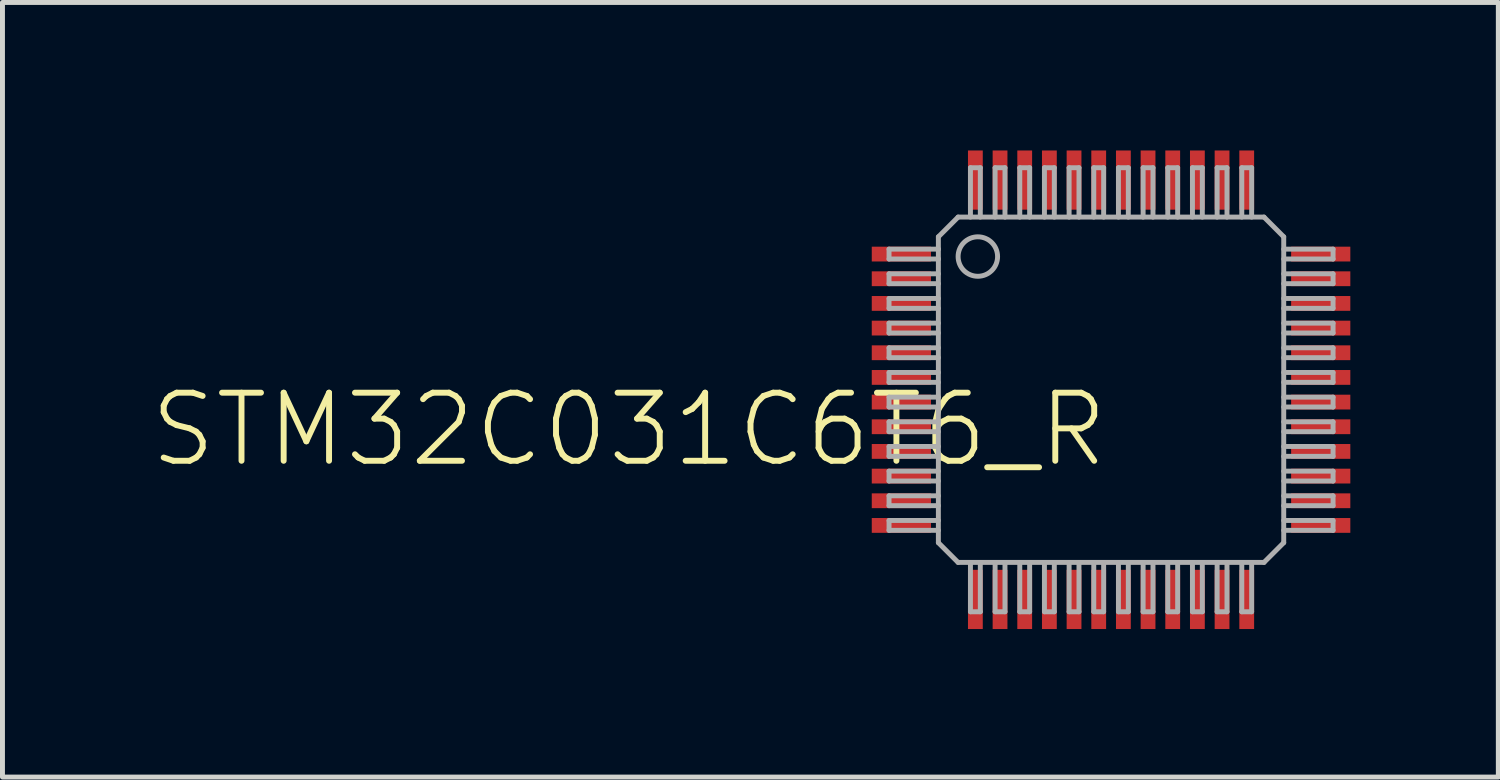
<source format=kicad_pcb>
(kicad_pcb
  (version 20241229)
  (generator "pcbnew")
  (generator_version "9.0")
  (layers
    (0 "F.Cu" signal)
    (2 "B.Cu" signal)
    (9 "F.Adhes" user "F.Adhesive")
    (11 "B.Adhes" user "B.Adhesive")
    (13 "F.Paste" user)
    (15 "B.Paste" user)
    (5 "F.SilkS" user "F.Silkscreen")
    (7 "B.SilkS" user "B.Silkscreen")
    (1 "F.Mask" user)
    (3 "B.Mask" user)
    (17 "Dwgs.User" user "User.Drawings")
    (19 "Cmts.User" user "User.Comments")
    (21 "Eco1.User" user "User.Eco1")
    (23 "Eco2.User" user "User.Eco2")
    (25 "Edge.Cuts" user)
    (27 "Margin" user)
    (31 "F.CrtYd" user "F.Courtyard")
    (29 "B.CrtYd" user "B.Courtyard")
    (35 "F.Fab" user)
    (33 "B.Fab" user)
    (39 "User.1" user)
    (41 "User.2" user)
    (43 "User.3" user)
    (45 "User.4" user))
  (footprint "STM32C031C6T6_R"
    (layer "F.Cu")
    (at 19.47 4.85)
    (property "Reference" "STM32C031C6T6_R" (at 0 0 0) (unlocked yes) (layer "F.SilkS") (effects (font (size 1.38 1.38) (thickness 0.12)) (justify right top)))
    (fp_poly (pts (xy -3.65 -2.6) (xy -4.85 -2.6) (xy -4.85 -2.9) (xy -3.65 -2.9)) (stroke (width 0) (type default)) (fill yes) (layer "F.Paste"))
    (fp_poly (pts (xy -3.65 -2.1) (xy -4.85 -2.1) (xy -4.85 -2.4) (xy -3.65 -2.4)) (stroke (width 0) (type default)) (fill yes) (layer "F.Paste"))
    (fp_poly (pts (xy -3.65 -1.6) (xy -4.85 -1.6) (xy -4.85 -1.9) (xy -3.65 -1.9)) (stroke (width 0) (type default)) (fill yes) (layer "F.Paste"))
    (fp_poly (pts (xy -3.65 -1.1) (xy -4.85 -1.1) (xy -4.85 -1.4) (xy -3.65 -1.4)) (stroke (width 0) (type default)) (fill yes) (layer "F.Paste"))
    (fp_poly (pts (xy -3.65 -0.6) (xy -4.85 -0.6) (xy -4.85 -0.9) (xy -3.65 -0.9)) (stroke (width 0) (type default)) (fill yes) (layer "F.Paste"))
    (fp_poly (pts (xy -3.65 -0.1) (xy -4.85 -0.1) (xy -4.85 -0.4) (xy -3.65 -0.4)) (stroke (width 0) (type default)) (fill yes) (layer "F.Paste"))
    (fp_poly (pts (xy -3.65 0.4) (xy -4.85 0.4) (xy -4.85 0.1) (xy -3.65 0.1)) (stroke (width 0) (type default)) (fill yes) (layer "F.Paste"))
    (fp_poly (pts (xy -3.65 0.9) (xy -4.85 0.9) (xy -4.85 0.6) (xy -3.65 0.6)) (stroke (width 0) (type default)) (fill yes) (layer "F.Paste"))
    (fp_poly (pts (xy -3.65 1.4) (xy -4.85 1.4) (xy -4.85 1.1) (xy -3.65 1.1)) (stroke (width 0) (type default)) (fill yes) (layer "F.Paste"))
    (fp_poly (pts (xy -3.65 1.9) (xy -4.85 1.9) (xy -4.85 1.6) (xy -3.65 1.6)) (stroke (width 0) (type default)) (fill yes) (layer "F.Paste"))
    (fp_poly (pts (xy -3.65 2.4) (xy -4.85 2.4) (xy -4.85 2.1) (xy -3.65 2.1)) (stroke (width 0) (type default)) (fill yes) (layer "F.Paste"))
    (fp_poly (pts (xy -3.65 2.9) (xy -4.85 2.9) (xy -4.85 2.6) (xy -3.65 2.6)) (stroke (width 0) (type default)) (fill yes) (layer "F.Paste"))
    (fp_poly (pts (xy -2.6 -3.65) (xy -2.9 -3.65) (xy -2.9 -4.85) (xy -2.6 -4.85)) (stroke (width 0) (type default)) (fill yes) (layer "F.Paste"))
    (fp_poly (pts (xy -2.6 4.85) (xy -2.9 4.85) (xy -2.9 3.65) (xy -2.6 3.65)) (stroke (width 0) (type default)) (fill yes) (layer "F.Paste"))
    (fp_poly (pts (xy -2.1 -3.65) (xy -2.4 -3.65) (xy -2.4 -4.85) (xy -2.1 -4.85)) (stroke (width 0) (type default)) (fill yes) (layer "F.Paste"))
    (fp_poly (pts (xy -2.1 4.85) (xy -2.4 4.85) (xy -2.4 3.65) (xy -2.1 3.65)) (stroke (width 0) (type default)) (fill yes) (layer "F.Paste"))
    (fp_poly (pts (xy -1.6 -3.65) (xy -1.9 -3.65) (xy -1.9 -4.85) (xy -1.6 -4.85)) (stroke (width 0) (type default)) (fill yes) (layer "F.Paste"))
    (fp_poly (pts (xy -1.6 4.85) (xy -1.9 4.85) (xy -1.9 3.65) (xy -1.6 3.65)) (stroke (width 0) (type default)) (fill yes) (layer "F.Paste"))
    (fp_poly (pts (xy -1.1 -3.65) (xy -1.4 -3.65) (xy -1.4 -4.85) (xy -1.1 -4.85)) (stroke (width 0) (type default)) (fill yes) (layer "F.Paste"))
    (fp_poly (pts (xy -1.1 4.85) (xy -1.4 4.85) (xy -1.4 3.65) (xy -1.1 3.65)) (stroke (width 0) (type default)) (fill yes) (layer "F.Paste"))
    (fp_poly (pts (xy -0.6 -3.65) (xy -0.9 -3.65) (xy -0.9 -4.85) (xy -0.6 -4.85)) (stroke (width 0) (type default)) (fill yes) (layer "F.Paste"))
    (fp_poly (pts (xy -0.6 4.85) (xy -0.9 4.85) (xy -0.9 3.65) (xy -0.6 3.65)) (stroke (width 0) (type default)) (fill yes) (layer "F.Paste"))
    (fp_poly (pts (xy -0.1 -3.65) (xy -0.4 -3.65) (xy -0.4 -4.85) (xy -0.1 -4.85)) (stroke (width 0) (type default)) (fill yes) (layer "F.Paste"))
    (fp_poly (pts (xy -0.1 4.85) (xy -0.4 4.85) (xy -0.4 3.65) (xy -0.1 3.65)) (stroke (width 0) (type default)) (fill yes) (layer "F.Paste"))
    (fp_poly (pts (xy 0.4 -3.65) (xy 0.1 -3.65) (xy 0.1 -4.85) (xy 0.4 -4.85)) (stroke (width 0) (type default)) (fill yes) (layer "F.Paste"))
    (fp_poly (pts (xy 0.4 4.85) (xy 0.1 4.85) (xy 0.1 3.65) (xy 0.4 3.65)) (stroke (width 0) (type default)) (fill yes) (layer "F.Paste"))
    (fp_poly (pts (xy 0.9 -3.65) (xy 0.6 -3.65) (xy 0.6 -4.85) (xy 0.9 -4.85)) (stroke (width 0) (type default)) (fill yes) (layer "F.Paste"))
    (fp_poly (pts (xy 0.9 4.85) (xy 0.6 4.85) (xy 0.6 3.65) (xy 0.9 3.65)) (stroke (width 0) (type default)) (fill yes) (layer "F.Paste"))
    (fp_poly (pts (xy 1.4 -3.65) (xy 1.1 -3.65) (xy 1.1 -4.85) (xy 1.4 -4.85)) (stroke (width 0) (type default)) (fill yes) (layer "F.Paste"))
    (fp_poly (pts (xy 1.4 4.85) (xy 1.1 4.85) (xy 1.1 3.65) (xy 1.4 3.65)) (stroke (width 0) (type default)) (fill yes) (layer "F.Paste"))
    (fp_poly (pts (xy 1.9 -3.65) (xy 1.6 -3.65) (xy 1.6 -4.85) (xy 1.9 -4.85)) (stroke (width 0) (type default)) (fill yes) (layer "F.Paste"))
    (fp_poly (pts (xy 1.9 4.85) (xy 1.6 4.85) (xy 1.6 3.65) (xy 1.9 3.65)) (stroke (width 0) (type default)) (fill yes) (layer "F.Paste"))
    (fp_poly (pts (xy 2.4 -3.65) (xy 2.1 -3.65) (xy 2.1 -4.85) (xy 2.4 -4.85)) (stroke (width 0) (type default)) (fill yes) (layer "F.Paste"))
    (fp_poly (pts (xy 2.4 4.85) (xy 2.1 4.85) (xy 2.1 3.65) (xy 2.4 3.65)) (stroke (width 0) (type default)) (fill yes) (layer "F.Paste"))
    (fp_poly (pts (xy 2.9 -3.65) (xy 2.6 -3.65) (xy 2.6 -4.85) (xy 2.9 -4.85)) (stroke (width 0) (type default)) (fill yes) (layer "F.Paste"))
    (fp_poly (pts (xy 2.9 4.85) (xy 2.6 4.85) (xy 2.6 3.65) (xy 2.9 3.65)) (stroke (width 0) (type default)) (fill yes) (layer "F.Paste"))
    (fp_poly (pts (xy 4.85 -2.6) (xy 3.65 -2.6) (xy 3.65 -2.9) (xy 4.85 -2.9)) (stroke (width 0) (type default)) (fill yes) (layer "F.Paste"))
    (fp_poly (pts (xy 4.85 -2.1) (xy 3.65 -2.1) (xy 3.65 -2.4) (xy 4.85 -2.4)) (stroke (width 0) (type default)) (fill yes) (layer "F.Paste"))
    (fp_poly (pts (xy 4.85 -1.6) (xy 3.65 -1.6) (xy 3.65 -1.9) (xy 4.85 -1.9)) (stroke (width 0) (type default)) (fill yes) (layer "F.Paste"))
    (fp_poly (pts (xy 4.85 -1.1) (xy 3.65 -1.1) (xy 3.65 -1.4) (xy 4.85 -1.4)) (stroke (width 0) (type default)) (fill yes) (layer "F.Paste"))
    (fp_poly (pts (xy 4.85 -0.6) (xy 3.65 -0.6) (xy 3.65 -0.9) (xy 4.85 -0.9)) (stroke (width 0) (type default)) (fill yes) (layer "F.Paste"))
    (fp_poly (pts (xy 4.85 -0.1) (xy 3.65 -0.1) (xy 3.65 -0.4) (xy 4.85 -0.4)) (stroke (width 0) (type default)) (fill yes) (layer "F.Paste"))
    (fp_poly (pts (xy 4.85 0.4) (xy 3.65 0.4) (xy 3.65 0.1) (xy 4.85 0.1)) (stroke (width 0) (type default)) (fill yes) (layer "F.Paste"))
    (fp_poly (pts (xy 4.85 0.9) (xy 3.65 0.9) (xy 3.65 0.6) (xy 4.85 0.6)) (stroke (width 0) (type default)) (fill yes) (layer "F.Paste"))
    (fp_poly (pts (xy 4.85 1.4) (xy 3.65 1.4) (xy 3.65 1.1) (xy 4.85 1.1)) (stroke (width 0) (type default)) (fill yes) (layer "F.Paste"))
    (fp_poly (pts (xy 4.85 1.9) (xy 3.65 1.9) (xy 3.65 1.6) (xy 4.85 1.6)) (stroke (width 0) (type default)) (fill yes) (layer "F.Paste"))
    (fp_poly (pts (xy 4.85 2.4) (xy 3.65 2.4) (xy 3.65 2.1) (xy 4.85 2.1)) (stroke (width 0) (type default)) (fill yes) (layer "F.Paste"))
    (fp_poly (pts (xy 4.85 2.9) (xy 3.65 2.9) (xy 3.65 2.6) (xy 4.85 2.6)) (stroke (width 0) (type default)) (fill yes) (layer "F.Paste"))
    (fp_line (start -4.5 -2.85) (end -4.5 -2.65) (stroke (width 0.1) (type solid)) (layer "F.Fab"))
    (fp_line (start -4.5 -2.65) (end -3.5 -2.65) (stroke (width 0.1) (type solid)) (layer "F.Fab"))
    (fp_line (start -4.5 -2.35) (end -4.5 -2.15) (stroke (width 0.1) (type solid)) (layer "F.Fab"))
    (fp_line (start -4.5 -2.15) (end -3.5 -2.15) (stroke (width 0.1) (type solid)) (layer "F.Fab"))
    (fp_line (start -4.5 -1.85) (end -4.5 -1.65) (stroke (width 0.1) (type solid)) (layer "F.Fab"))
    (fp_line (start -4.5 -1.65) (end -3.5 -1.65) (stroke (width 0.1) (type solid)) (layer "F.Fab"))
    (fp_line (start -4.5 -1.35) (end -4.5 -1.15) (stroke (width 0.1) (type solid)) (layer "F.Fab"))
    (fp_line (start -4.5 -1.15) (end -3.5 -1.15) (stroke (width 0.1) (type solid)) (layer "F.Fab"))
    (fp_line (start -4.5 -0.85) (end -4.5 -0.65) (stroke (width 0.1) (type solid)) (layer "F.Fab"))
    (fp_line (start -4.5 -0.65) (end -3.5 -0.65) (stroke (width 0.1) (type solid)) (layer "F.Fab"))
    (fp_line (start -4.5 -0.35) (end -4.5 -0.15) (stroke (width 0.1) (type solid)) (layer "F.Fab"))
    (fp_line (start -4.5 -0.15) (end -3.5 -0.15) (stroke (width 0.1) (type solid)) (layer "F.Fab"))
    (fp_line (start -4.5 0.15) (end -4.5 0.35) (stroke (width 0.1) (type solid)) (layer "F.Fab"))
    (fp_line (start -4.5 0.35) (end -3.5 0.35) (stroke (width 0.1) (type solid)) (layer "F.Fab"))
    (fp_line (start -4.5 0.65) (end -4.5 0.85) (stroke (width 0.1) (type solid)) (layer "F.Fab"))
    (fp_line (start -4.5 0.85) (end -3.5 0.85) (stroke (width 0.1) (type solid)) (layer "F.Fab"))
    (fp_line (start -4.5 1.15) (end -4.5 1.35) (stroke (width 0.1) (type solid)) (layer "F.Fab"))
    (fp_line (start -4.5 1.35) (end -3.5 1.35) (stroke (width 0.1) (type solid)) (layer "F.Fab"))
    (fp_line (start -4.5 1.65) (end -4.5 1.85) (stroke (width 0.1) (type solid)) (layer "F.Fab"))
    (fp_line (start -4.5 1.85) (end -3.5 1.85) (stroke (width 0.1) (type solid)) (layer "F.Fab"))
    (fp_line (start -4.5 2.15) (end -4.5 2.35) (stroke (width 0.1) (type solid)) (layer "F.Fab"))
    (fp_line (start -4.5 2.35) (end -3.5 2.35) (stroke (width 0.1) (type solid)) (layer "F.Fab"))
    (fp_line (start -4.5 2.65) (end -4.5 2.85) (stroke (width 0.1) (type solid)) (layer "F.Fab"))
    (fp_line (start -4.5 2.85) (end -3.5 2.85) (stroke (width 0.1) (type solid)) (layer "F.Fab"))
    (fp_line (start -3.5 -3.1) (end -3.1 -3.5) (stroke (width 0.1) (type solid)) (layer "F.Fab"))
    (fp_line (start -3.5 -2.85) (end -4.5 -2.85) (stroke (width 0.1) (type solid)) (layer "F.Fab"))
    (fp_line (start -3.5 -2.85) (end -3.5 -3.1) (stroke (width 0.1) (type solid)) (layer "F.Fab"))
    (fp_line (start -3.5 -2.65) (end -3.5 -2.85) (stroke (width 0.1) (type solid)) (layer "F.Fab"))
    (fp_line (start -3.5 -2.35) (end -4.5 -2.35) (stroke (width 0.1) (type solid)) (layer "F.Fab"))
    (fp_line (start -3.5 -1.85) (end -4.5 -1.85) (stroke (width 0.1) (type solid)) (layer "F.Fab"))
    (fp_line (start -3.5 -1.35) (end -4.5 -1.35) (stroke (width 0.1) (type solid)) (layer "F.Fab"))
    (fp_line (start -3.5 -0.85) (end -4.5 -0.85) (stroke (width 0.1) (type solid)) (layer "F.Fab"))
    (fp_line (start -3.5 -0.35) (end -4.5 -0.35) (stroke (width 0.1) (type solid)) (layer "F.Fab"))
    (fp_line (start -3.5 0.15) (end -4.5 0.15) (stroke (width 0.1) (type solid)) (layer "F.Fab"))
    (fp_line (start -3.5 0.65) (end -4.5 0.65) (stroke (width 0.1) (type solid)) (layer "F.Fab"))
    (fp_line (start -3.5 1.15) (end -4.5 1.15) (stroke (width 0.1) (type solid)) (layer "F.Fab"))
    (fp_line (start -3.5 1.65) (end -4.5 1.65) (stroke (width 0.1) (type solid)) (layer "F.Fab"))
    (fp_line (start -3.5 2.15) (end -4.5 2.15) (stroke (width 0.1) (type solid)) (layer "F.Fab"))
    (fp_line (start -3.5 2.65) (end -4.5 2.65) (stroke (width 0.1) (type solid)) (layer "F.Fab"))
    (fp_line (start -3.5 3.1) (end -3.5 -2.65) (stroke (width 0.1) (type solid)) (layer "F.Fab"))
    (fp_line (start -3.1 -3.5) (end 3.1 -3.5) (stroke (width 0.1) (type solid)) (layer "F.Fab"))
    (fp_line (start -3.1 3.5) (end -3.5 3.1) (stroke (width 0.1) (type solid)) (layer "F.Fab"))
    (fp_line (start -2.85 -4.5) (end -2.85 -3.5) (stroke (width 0.1) (type solid)) (layer "F.Fab"))
    (fp_line (start -2.85 3.5) (end -2.85 4.5) (stroke (width 0.1) (type solid)) (layer "F.Fab"))
    (fp_line (start -2.85 4.5) (end -2.65 4.5) (stroke (width 0.1) (type solid)) (layer "F.Fab"))
    (fp_line (start -2.65 -4.5) (end -2.85 -4.5) (stroke (width 0.1) (type solid)) (layer "F.Fab"))
    (fp_line (start -2.65 -3.5) (end -2.65 -4.5) (stroke (width 0.1) (type solid)) (layer "F.Fab"))
    (fp_line (start -2.65 4.5) (end -2.65 3.5) (stroke (width 0.1) (type solid)) (layer "F.Fab"))
    (fp_line (start -2.35 -4.5) (end -2.35 -3.5) (stroke (width 0.1) (type solid)) (layer "F.Fab"))
    (fp_line (start -2.35 3.5) (end -2.35 4.5) (stroke (width 0.1) (type solid)) (layer "F.Fab"))
    (fp_line (start -2.35 4.5) (end -2.15 4.5) (stroke (width 0.1) (type solid)) (layer "F.Fab"))
    (fp_line (start -2.15 -4.5) (end -2.35 -4.5) (stroke (width 0.1) (type solid)) (layer "F.Fab"))
    (fp_line (start -2.15 -3.5) (end -2.15 -4.5) (stroke (width 0.1) (type solid)) (layer "F.Fab"))
    (fp_line (start -2.15 4.5) (end -2.15 3.5) (stroke (width 0.1) (type solid)) (layer "F.Fab"))
    (fp_line (start -1.85 -4.5) (end -1.85 -3.5) (stroke (width 0.1) (type solid)) (layer "F.Fab"))
    (fp_line (start -1.85 3.5) (end -1.85 4.5) (stroke (width 0.1) (type solid)) (layer "F.Fab"))
    (fp_line (start -1.85 4.5) (end -1.65 4.5) (stroke (width 0.1) (type solid)) (layer "F.Fab"))
    (fp_line (start -1.65 -4.5) (end -1.85 -4.5) (stroke (width 0.1) (type solid)) (layer "F.Fab"))
    (fp_line (start -1.65 -3.5) (end -1.65 -4.5) (stroke (width 0.1) (type solid)) (layer "F.Fab"))
    (fp_line (start -1.65 4.5) (end -1.65 3.5) (stroke (width 0.1) (type solid)) (layer "F.Fab"))
    (fp_line (start -1.35 -4.5) (end -1.35 -3.5) (stroke (width 0.1) (type solid)) (layer "F.Fab"))
    (fp_line (start -1.35 3.5) (end -1.35 4.5) (stroke (width 0.1) (type solid)) (layer "F.Fab"))
    (fp_line (start -1.35 4.5) (end -1.15 4.5) (stroke (width 0.1) (type solid)) (layer "F.Fab"))
    (fp_line (start -1.15 -4.5) (end -1.35 -4.5) (stroke (width 0.1) (type solid)) (layer "F.Fab"))
    (fp_line (start -1.15 -3.5) (end -1.15 -4.5) (stroke (width 0.1) (type solid)) (layer "F.Fab"))
    (fp_line (start -1.15 4.5) (end -1.15 3.5) (stroke (width 0.1) (type solid)) (layer "F.Fab"))
    (fp_line (start -0.85 -4.5) (end -0.85 -3.5) (stroke (width 0.1) (type solid)) (layer "F.Fab"))
    (fp_line (start -0.85 3.5) (end -0.85 4.5) (stroke (width 0.1) (type solid)) (layer "F.Fab"))
    (fp_line (start -0.85 4.5) (end -0.65 4.5) (stroke (width 0.1) (type solid)) (layer "F.Fab"))
    (fp_line (start -0.65 -4.5) (end -0.85 -4.5) (stroke (width 0.1) (type solid)) (layer "F.Fab"))
    (fp_line (start -0.65 -3.5) (end -0.65 -4.5) (stroke (width 0.1) (type solid)) (layer "F.Fab"))
    (fp_line (start -0.65 4.5) (end -0.65 3.5) (stroke (width 0.1) (type solid)) (layer "F.Fab"))
    (fp_line (start -0.35 -4.5) (end -0.35 -3.5) (stroke (width 0.1) (type solid)) (layer "F.Fab"))
    (fp_line (start -0.35 3.5) (end -0.35 4.5) (stroke (width 0.1) (type solid)) (layer "F.Fab"))
    (fp_line (start -0.35 4.5) (end -0.15 4.5) (stroke (width 0.1) (type solid)) (layer "F.Fab"))
    (fp_line (start -0.15 -4.5) (end -0.35 -4.5) (stroke (width 0.1) (type solid)) (layer "F.Fab"))
    (fp_line (start -0.15 -3.5) (end -0.15 -4.5) (stroke (width 0.1) (type solid)) (layer "F.Fab"))
    (fp_line (start -0.15 4.5) (end -0.15 3.5) (stroke (width 0.1) (type solid)) (layer "F.Fab"))
    (fp_line (start 0.15 -4.5) (end 0.15 -3.5) (stroke (width 0.1) (type solid)) (layer "F.Fab"))
    (fp_line (start 0.15 3.5) (end 0.15 4.5) (stroke (width 0.1) (type solid)) (layer "F.Fab"))
    (fp_line (start 0.15 4.5) (end 0.35 4.5) (stroke (width 0.1) (type solid)) (layer "F.Fab"))
    (fp_line (start 0.35 -4.5) (end 0.15 -4.5) (stroke (width 0.1) (type solid)) (layer "F.Fab"))
    (fp_line (start 0.35 -3.5) (end 0.35 -4.5) (stroke (width 0.1) (type solid)) (layer "F.Fab"))
    (fp_line (start 0.35 4.5) (end 0.35 3.5) (stroke (width 0.1) (type solid)) (layer "F.Fab"))
    (fp_line (start 0.65 -4.5) (end 0.65 -3.5) (stroke (width 0.1) (type solid)) (layer "F.Fab"))
    (fp_line (start 0.65 3.5) (end 0.65 4.5) (stroke (width 0.1) (type solid)) (layer "F.Fab"))
    (fp_line (start 0.65 4.5) (end 0.85 4.5) (stroke (width 0.1) (type solid)) (layer "F.Fab"))
    (fp_line (start 0.85 -4.5) (end 0.65 -4.5) (stroke (width 0.1) (type solid)) (layer "F.Fab"))
    (fp_line (start 0.85 -3.5) (end 0.85 -4.5) (stroke (width 0.1) (type solid)) (layer "F.Fab"))
    (fp_line (start 0.85 4.5) (end 0.85 3.5) (stroke (width 0.1) (type solid)) (layer "F.Fab"))
    (fp_line (start 1.15 -4.5) (end 1.15 -3.5) (stroke (width 0.1) (type solid)) (layer "F.Fab"))
    (fp_line (start 1.15 3.5) (end 1.15 4.5) (stroke (width 0.1) (type solid)) (layer "F.Fab"))
    (fp_line (start 1.15 4.5) (end 1.35 4.5) (stroke (width 0.1) (type solid)) (layer "F.Fab"))
    (fp_line (start 1.35 -4.5) (end 1.15 -4.5) (stroke (width 0.1) (type solid)) (layer "F.Fab"))
    (fp_line (start 1.35 -3.5) (end 1.35 -4.5) (stroke (width 0.1) (type solid)) (layer "F.Fab"))
    (fp_line (start 1.35 4.5) (end 1.35 3.5) (stroke (width 0.1) (type solid)) (layer "F.Fab"))
    (fp_line (start 1.65 -4.5) (end 1.65 -3.5) (stroke (width 0.1) (type solid)) (layer "F.Fab"))
    (fp_line (start 1.65 3.5) (end 1.65 4.5) (stroke (width 0.1) (type solid)) (layer "F.Fab"))
    (fp_line (start 1.65 4.5) (end 1.85 4.5) (stroke (width 0.1) (type solid)) (layer "F.Fab"))
    (fp_line (start 1.85 -4.5) (end 1.65 -4.5) (stroke (width 0.1) (type solid)) (layer "F.Fab"))
    (fp_line (start 1.85 -3.5) (end 1.85 -4.5) (stroke (width 0.1) (type solid)) (layer "F.Fab"))
    (fp_line (start 1.85 4.5) (end 1.85 3.5) (stroke (width 0.1) (type solid)) (layer "F.Fab"))
    (fp_line (start 2.15 -4.5) (end 2.15 -3.5) (stroke (width 0.1) (type solid)) (layer "F.Fab"))
    (fp_line (start 2.15 3.5) (end 2.15 4.5) (stroke (width 0.1) (type solid)) (layer "F.Fab"))
    (fp_line (start 2.15 4.5) (end 2.35 4.5) (stroke (width 0.1) (type solid)) (layer "F.Fab"))
    (fp_line (start 2.35 -4.5) (end 2.15 -4.5) (stroke (width 0.1) (type solid)) (layer "F.Fab"))
    (fp_line (start 2.35 -3.5) (end 2.35 -4.5) (stroke (width 0.1) (type solid)) (layer "F.Fab"))
    (fp_line (start 2.35 4.5) (end 2.35 3.5) (stroke (width 0.1) (type solid)) (layer "F.Fab"))
    (fp_line (start 2.65 -4.5) (end 2.65 -3.5) (stroke (width 0.1) (type solid)) (layer "F.Fab"))
    (fp_line (start 2.65 3.5) (end 2.65 4.5) (stroke (width 0.1) (type solid)) (layer "F.Fab"))
    (fp_line (start 2.65 4.5) (end 2.85 4.5) (stroke (width 0.1) (type solid)) (layer "F.Fab"))
    (fp_line (start 2.85 -4.5) (end 2.65 -4.5) (stroke (width 0.1) (type solid)) (layer "F.Fab"))
    (fp_line (start 2.85 -3.5) (end 2.85 -4.5) (stroke (width 0.1) (type solid)) (layer "F.Fab"))
    (fp_line (start 2.85 4.5) (end 2.85 3.5) (stroke (width 0.1) (type solid)) (layer "F.Fab"))
    (fp_line (start 3.1 3.5) (end -3.1 3.5) (stroke (width 0.1) (type solid)) (layer "F.Fab"))
    (fp_line (start 3.5 -3.1) (end 3.1 -3.5) (stroke (width 0.1) (type solid)) (layer "F.Fab"))
    (fp_line (start 3.5 -3.1) (end 3.5 3.1) (stroke (width 0.1) (type solid)) (layer "F.Fab"))
    (fp_line (start 3.5 -2.65) (end 4.5 -2.65) (stroke (width 0.1) (type solid)) (layer "F.Fab"))
    (fp_line (start 3.5 -2.15) (end 4.5 -2.15) (stroke (width 0.1) (type solid)) (layer "F.Fab"))
    (fp_line (start 3.5 -1.65) (end 4.5 -1.65) (stroke (width 0.1) (type solid)) (layer "F.Fab"))
    (fp_line (start 3.5 -1.15) (end 4.5 -1.15) (stroke (width 0.1) (type solid)) (layer "F.Fab"))
    (fp_line (start 3.5 -0.65) (end 4.5 -0.65) (stroke (width 0.1) (type solid)) (layer "F.Fab"))
    (fp_line (start 3.5 -0.15) (end 4.5 -0.15) (stroke (width 0.1) (type solid)) (layer "F.Fab"))
    (fp_line (start 3.5 0.35) (end 4.5 0.35) (stroke (width 0.1) (type solid)) (layer "F.Fab"))
    (fp_line (start 3.5 0.85) (end 4.5 0.85) (stroke (width 0.1) (type solid)) (layer "F.Fab"))
    (fp_line (start 3.5 1.35) (end 4.5 1.35) (stroke (width 0.1) (type solid)) (layer "F.Fab"))
    (fp_line (start 3.5 1.85) (end 4.5 1.85) (stroke (width 0.1) (type solid)) (layer "F.Fab"))
    (fp_line (start 3.5 2.35) (end 4.5 2.35) (stroke (width 0.1) (type solid)) (layer "F.Fab"))
    (fp_line (start 3.5 2.85) (end 4.5 2.85) (stroke (width 0.1) (type solid)) (layer "F.Fab"))
    (fp_line (start 3.5 3.1) (end 3.1 3.5) (stroke (width 0.1) (type solid)) (layer "F.Fab"))
    (fp_line (start 4.5 -2.85) (end 3.5 -2.85) (stroke (width 0.1) (type solid)) (layer "F.Fab"))
    (fp_line (start 4.5 -2.65) (end 4.5 -2.85) (stroke (width 0.1) (type solid)) (layer "F.Fab"))
    (fp_line (start 4.5 -2.35) (end 3.5 -2.35) (stroke (width 0.1) (type solid)) (layer "F.Fab"))
    (fp_line (start 4.5 -2.15) (end 4.5 -2.35) (stroke (width 0.1) (type solid)) (layer "F.Fab"))
    (fp_line (start 4.5 -1.85) (end 3.5 -1.85) (stroke (width 0.1) (type solid)) (layer "F.Fab"))
    (fp_line (start 4.5 -1.65) (end 4.5 -1.85) (stroke (width 0.1) (type solid)) (layer "F.Fab"))
    (fp_line (start 4.5 -1.35) (end 3.5 -1.35) (stroke (width 0.1) (type solid)) (layer "F.Fab"))
    (fp_line (start 4.5 -1.15) (end 4.5 -1.35) (stroke (width 0.1) (type solid)) (layer "F.Fab"))
    (fp_line (start 4.5 -0.85) (end 3.5 -0.85) (stroke (width 0.1) (type solid)) (layer "F.Fab"))
    (fp_line (start 4.5 -0.65) (end 4.5 -0.85) (stroke (width 0.1) (type solid)) (layer "F.Fab"))
    (fp_line (start 4.5 -0.35) (end 3.5 -0.35) (stroke (width 0.1) (type solid)) (layer "F.Fab"))
    (fp_line (start 4.5 -0.15) (end 4.5 -0.35) (stroke (width 0.1) (type solid)) (layer "F.Fab"))
    (fp_line (start 4.5 0.15) (end 3.5 0.15) (stroke (width 0.1) (type solid)) (layer "F.Fab"))
    (fp_line (start 4.5 0.35) (end 4.5 0.15) (stroke (width 0.1) (type solid)) (layer "F.Fab"))
    (fp_line (start 4.5 0.65) (end 3.5 0.65) (stroke (width 0.1) (type solid)) (layer "F.Fab"))
    (fp_line (start 4.5 0.85) (end 4.5 0.65) (stroke (width 0.1) (type solid)) (layer "F.Fab"))
    (fp_line (start 4.5 1.15) (end 3.5 1.15) (stroke (width 0.1) (type solid)) (layer "F.Fab"))
    (fp_line (start 4.5 1.35) (end 4.5 1.15) (stroke (width 0.1) (type solid)) (layer "F.Fab"))
    (fp_line (start 4.5 1.65) (end 3.5 1.65) (stroke (width 0.1) (type solid)) (layer "F.Fab"))
    (fp_line (start 4.5 1.85) (end 4.5 1.65) (stroke (width 0.1) (type solid)) (layer "F.Fab"))
    (fp_line (start 4.5 2.15) (end 3.5 2.15) (stroke (width 0.1) (type solid)) (layer "F.Fab"))
    (fp_line (start 4.5 2.35) (end 4.5 2.15) (stroke (width 0.1) (type solid)) (layer "F.Fab"))
    (fp_line (start 4.5 2.65) (end 3.5 2.65) (stroke (width 0.1) (type solid)) (layer "F.Fab"))
    (fp_line (start 4.5 2.85) (end 4.5 2.65) (stroke (width 0.1) (type solid)) (layer "F.Fab"))
    (fp_circle (center -2.7 -2.7) (end -2.3 -2.7) (stroke (width 0.1) (type solid)) (fill no) (layer "F.Fab"))
    (pad "1" smd rect (at -4.25 -2.75 270) (size 0.3 1.2) (layers "F.Cu" "F.Mask"))
    (pad "2" smd rect (at -4.25 -2.25 270) (size 0.3 1.2) (layers "F.Cu" "F.Mask"))
    (pad "3" smd rect (at -4.25 -1.75 270) (size 0.3 1.2) (layers "F.Cu" "F.Mask"))
    (pad "4" smd rect (at -4.25 -1.25 270) (size 0.3 1.2) (layers "F.Cu" "F.Mask"))
    (pad "5" smd rect (at -4.25 -0.75 270) (size 0.3 1.2) (layers "F.Cu" "F.Mask"))
    (pad "6" smd rect (at -4.25 -0.25 270) (size 0.3 1.2) (layers "F.Cu" "F.Mask"))
    (pad "7" smd rect (at -4.25 0.25 270) (size 0.3 1.2) (layers "F.Cu" "F.Mask"))
    (pad "8" smd rect (at -4.25 0.75 270) (size 0.3 1.2) (layers "F.Cu" "F.Mask"))
    (pad "9" smd rect (at -4.25 1.25 270) (size 0.3 1.2) (layers "F.Cu" "F.Mask"))
    (pad "10" smd rect (at -4.25 1.75 270) (size 0.3 1.2) (layers "F.Cu" "F.Mask"))
    (pad "11" smd rect (at -4.25 2.25 270) (size 0.3 1.2) (layers "F.Cu" "F.Mask"))
    (pad "12" smd rect (at -4.25 2.75 270) (size 0.3 1.2) (layers "F.Cu" "F.Mask"))
    (pad "13" smd rect (at -2.75 4.25 270) (size 1.2 0.3) (layers "F.Cu" "F.Mask"))
    (pad "14" smd rect (at -2.25 4.25 270) (size 1.2 0.3) (layers "F.Cu" "F.Mask"))
    (pad "15" smd rect (at -1.75 4.25 270) (size 1.2 0.3) (layers "F.Cu" "F.Mask"))
    (pad "16" smd rect (at -1.25 4.25 270) (size 1.2 0.3) (layers "F.Cu" "F.Mask"))
    (pad "17" smd rect (at -0.75 4.25 270) (size 1.2 0.3) (layers "F.Cu" "F.Mask"))
    (pad "18" smd rect (at -0.25 4.25 270) (size 1.2 0.3) (layers "F.Cu" "F.Mask"))
    (pad "19" smd rect (at 0.25 4.25 270) (size 1.2 0.3) (layers "F.Cu" "F.Mask"))
    (pad "20" smd rect (at 0.75 4.25 270) (size 1.2 0.3) (layers "F.Cu" "F.Mask"))
    (pad "21" smd rect (at 1.25 4.25 270) (size 1.2 0.3) (layers "F.Cu" "F.Mask"))
    (pad "22" smd rect (at 1.75 4.25 270) (size 1.2 0.3) (layers "F.Cu" "F.Mask"))
    (pad "23" smd rect (at 2.25 4.25 270) (size 1.2 0.3) (layers "F.Cu" "F.Mask"))
    (pad "24" smd rect (at 2.75 4.25 270) (size 1.2 0.3) (layers "F.Cu" "F.Mask"))
    (pad "25" smd rect (at 4.25 2.75 270) (size 0.3 1.2) (layers "F.Cu" "F.Mask"))
    (pad "26" smd rect (at 4.25 2.25 270) (size 0.3 1.2) (layers "F.Cu" "F.Mask"))
    (pad "27" smd rect (at 4.25 1.75 270) (size 0.3 1.2) (layers "F.Cu" "F.Mask"))
    (pad "28" smd rect (at 4.25 1.25 270) (size 0.3 1.2) (layers "F.Cu" "F.Mask"))
    (pad "29" smd rect (at 4.25 0.75 270) (size 0.3 1.2) (layers "F.Cu" "F.Mask"))
    (pad "30" smd rect (at 4.25 0.25 270) (size 0.3 1.2) (layers "F.Cu" "F.Mask"))
    (pad "31" smd rect (at 4.25 -0.25 270) (size 0.3 1.2) (layers "F.Cu" "F.Mask"))
    (pad "32" smd rect (at 4.25 -0.75 270) (size 0.3 1.2) (layers "F.Cu" "F.Mask"))
    (pad "33" smd rect (at 4.25 -1.25 270) (size 0.3 1.2) (layers "F.Cu" "F.Mask"))
    (pad "34" smd rect (at 4.25 -1.75 270) (size 0.3 1.2) (layers "F.Cu" "F.Mask"))
    (pad "35" smd rect (at 4.25 -2.25 270) (size 0.3 1.2) (layers "F.Cu" "F.Mask"))
    (pad "36" smd rect (at 4.25 -2.75 270) (size 0.3 1.2) (layers "F.Cu" "F.Mask"))
    (pad "37" smd rect (at 2.75 -4.25 270) (size 1.2 0.3) (layers "F.Cu" "F.Mask"))
    (pad "38" smd rect (at 2.25 -4.25 270) (size 1.2 0.3) (layers "F.Cu" "F.Mask"))
    (pad "39" smd rect (at 1.75 -4.25 270) (size 1.2 0.3) (layers "F.Cu" "F.Mask"))
    (pad "40" smd rect (at 1.25 -4.25 270) (size 1.2 0.3) (layers "F.Cu" "F.Mask"))
    (pad "41" smd rect (at 0.75 -4.25 270) (size 1.2 0.3) (layers "F.Cu" "F.Mask"))
    (pad "42" smd rect (at 0.25 -4.25 270) (size 1.2 0.3) (layers "F.Cu" "F.Mask"))
    (pad "43" smd rect (at -0.25 -4.25 270) (size 1.2 0.3) (layers "F.Cu" "F.Mask"))
    (pad "44" smd rect (at -0.75 -4.25 270) (size 1.2 0.3) (layers "F.Cu" "F.Mask"))
    (pad "45" smd rect (at -1.25 -4.25 270) (size 1.2 0.3) (layers "F.Cu" "F.Mask"))
    (pad "46" smd rect (at -1.75 -4.25 270) (size 1.2 0.3) (layers "F.Cu" "F.Mask"))
    (pad "47" smd rect (at -2.25 -4.25 270) (size 1.2 0.3) (layers "F.Cu" "F.Mask"))
    (pad "48" smd rect (at -2.75 -4.25 270) (size 1.2 0.3) (layers "F.Cu" "F.Mask")))
  (gr_rect
    (start -3 -3)
    (end 27.32 12.7)
    (stroke (width 0.1) (type default))
    (fill no)
    (layer "Edge.Cuts")))
</source>
